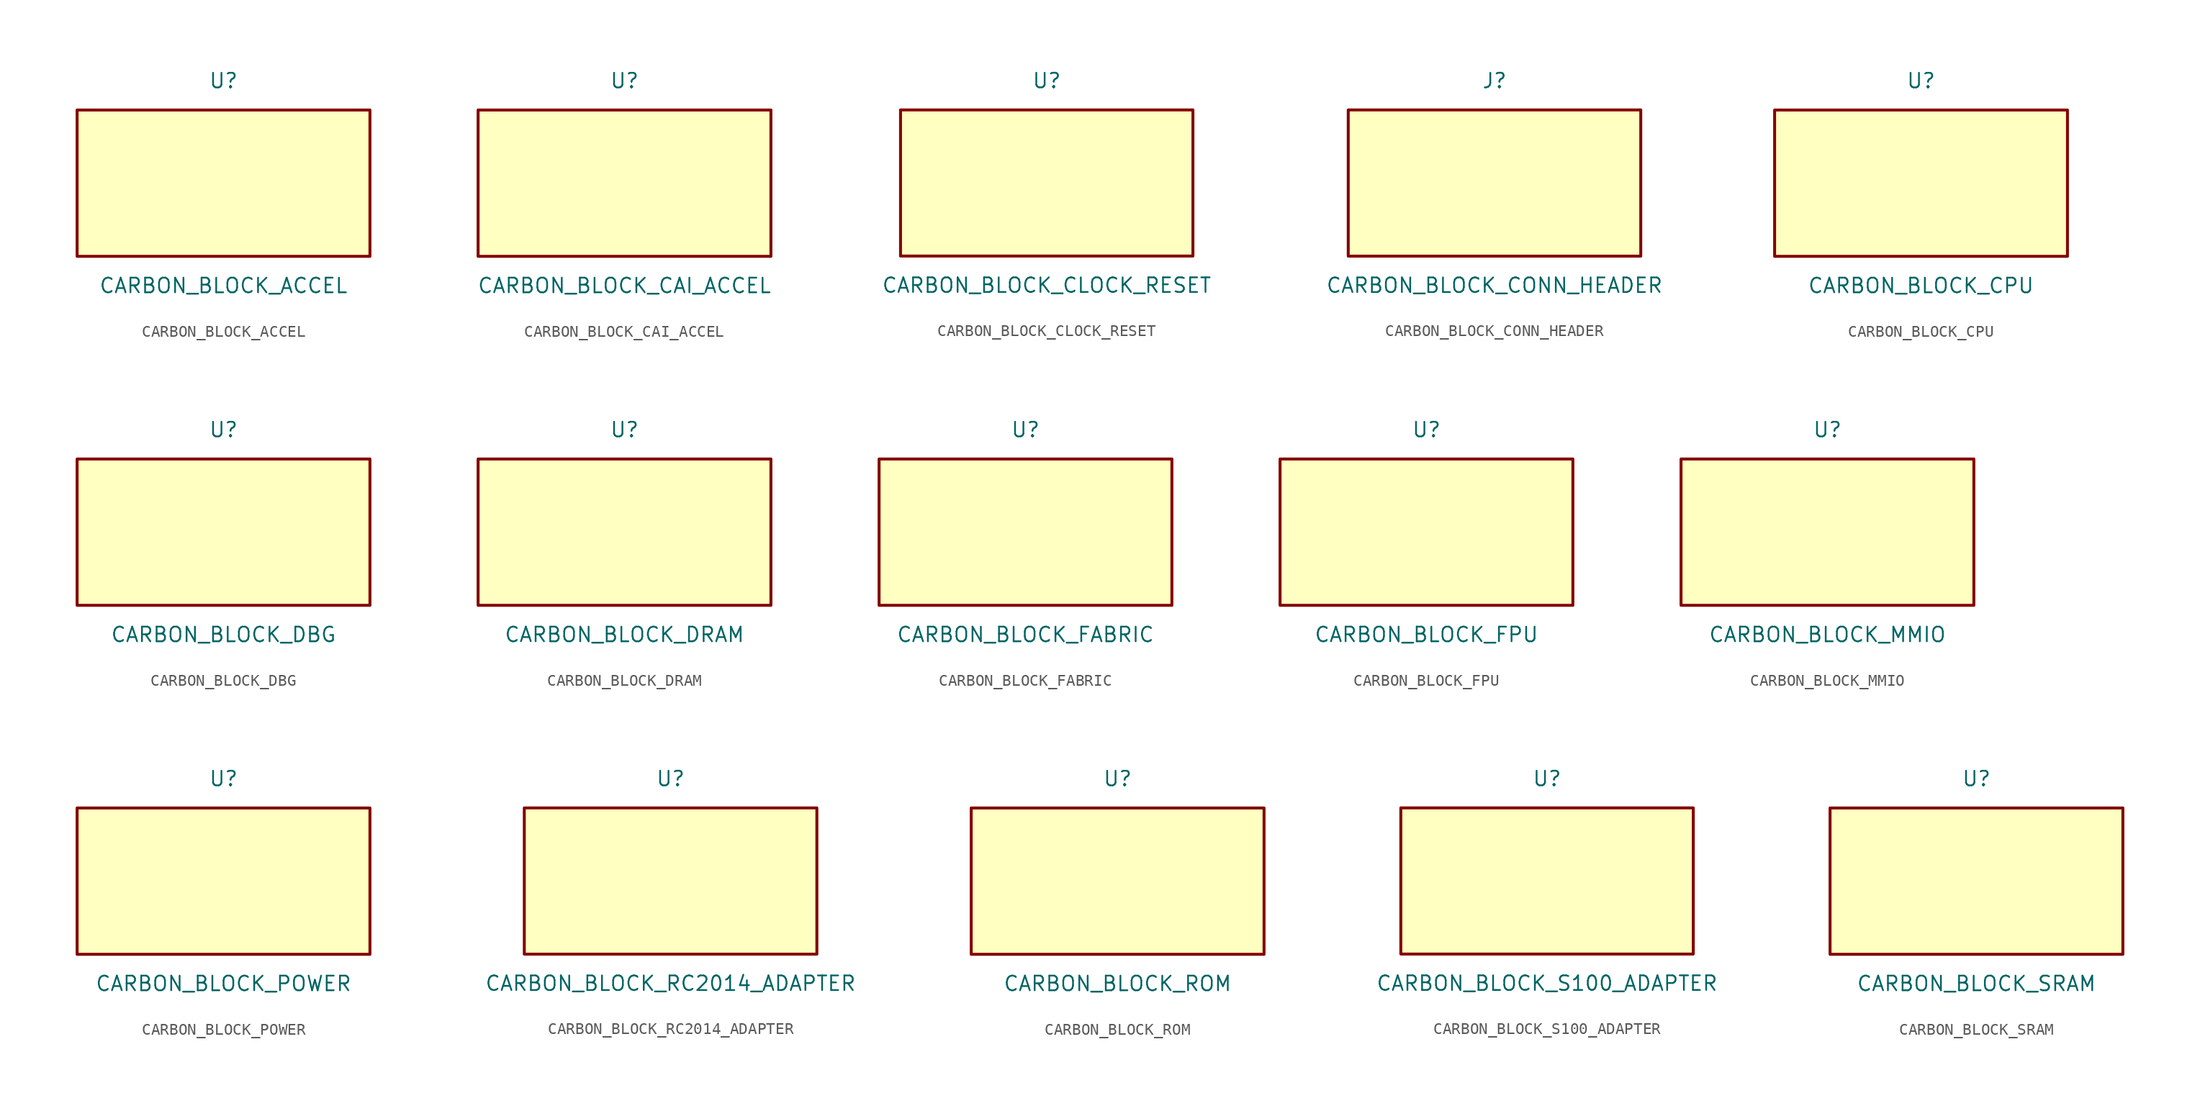
<source format=kicad_sym>
(kicad_symbol_lib
  (version 20220914)
  (generator kicadgen)
  (symbol "CARBON_BLOCK_ACCEL"
    (pin_names
      (offset 1.016))
    (property "Reference" "U"
      (at 0 8.89 0)
      (effects (font (size 1.27 1.27))))
    (property "Value" "CARBON_BLOCK_ACCEL"
      (at 0 -8.89 0)
      (effects (font (size 1.27 1.27))))
    (symbol "CARBON_BLOCK_ACCEL_1_1"
      (rectangle (start -12.7 6.35) (end 12.7 -6.35) (stroke (width 0.254) (type default)) (fill (type background)))))
  (symbol "CARBON_BLOCK_CAI_ACCEL"
    (pin_names
      (offset 1.016))
    (property "Reference" "U"
      (at 0 8.89 0)
      (effects (font (size 1.27 1.27))))
    (property "Value" "CARBON_BLOCK_CAI_ACCEL"
      (at 0 -8.89 0)
      (effects (font (size 1.27 1.27))))
    (symbol "CARBON_BLOCK_CAI_ACCEL_1_1"
      (rectangle (start -12.7 6.35) (end 12.7 -6.35) (stroke (width 0.254) (type default)) (fill (type background)))))
  (symbol "CARBON_BLOCK_CLOCK_RESET"
    (pin_names
      (offset 1.016))
    (property "Reference" "U"
      (at 0 8.89 0)
      (effects (font (size 1.27 1.27))))
    (property "Value" "CARBON_BLOCK_CLOCK_RESET"
      (at 0 -8.89 0)
      (effects (font (size 1.27 1.27))))
    (symbol "CARBON_BLOCK_CLOCK_RESET_1_1"
      (rectangle (start -12.7 6.35) (end 12.7 -6.35) (stroke (width 0.254) (type default)) (fill (type background)))))
  (symbol "CARBON_BLOCK_CONN_HEADER"
    (pin_names
      (offset 1.016))
    (property "Reference" "J"
      (at 0 8.89 0)
      (effects (font (size 1.27 1.27))))
    (property "Value" "CARBON_BLOCK_CONN_HEADER"
      (at 0 -8.89 0)
      (effects (font (size 1.27 1.27))))
    (symbol "CARBON_BLOCK_CONN_HEADER_1_1"
      (rectangle (start -12.7 6.35) (end 12.7 -6.35) (stroke (width 0.254) (type default)) (fill (type background)))))
  (symbol "CARBON_BLOCK_CPU"
    (pin_names
      (offset 1.016))
    (property "Reference" "U"
      (at 0 8.89 0)
      (effects (font (size 1.27 1.27))))
    (property "Value" "CARBON_BLOCK_CPU"
      (at 0 -8.89 0)
      (effects (font (size 1.27 1.27))))
    (symbol "CARBON_BLOCK_CPU_1_1"
      (rectangle (start -12.7 6.35) (end 12.7 -6.35) (stroke (width 0.254) (type default)) (fill (type background)))))
  (symbol "CARBON_BLOCK_DBG"
    (pin_names
      (offset 1.016))
    (property "Reference" "U"
      (at 0 8.89 0)
      (effects (font (size 1.27 1.27))))
    (property "Value" "CARBON_BLOCK_DBG"
      (at 0 -8.89 0)
      (effects (font (size 1.27 1.27))))
    (symbol "CARBON_BLOCK_DBG_1_1"
      (rectangle (start -12.7 6.35) (end 12.7 -6.35) (stroke (width 0.254) (type default)) (fill (type background)))))
  (symbol "CARBON_BLOCK_DRAM"
    (pin_names
      (offset 1.016))
    (property "Reference" "U"
      (at 0 8.89 0)
      (effects (font (size 1.27 1.27))))
    (property "Value" "CARBON_BLOCK_DRAM"
      (at 0 -8.89 0)
      (effects (font (size 1.27 1.27))))
    (symbol "CARBON_BLOCK_DRAM_1_1"
      (rectangle (start -12.7 6.35) (end 12.7 -6.35) (stroke (width 0.254) (type default)) (fill (type background)))))
  (symbol "CARBON_BLOCK_FABRIC"
    (pin_names
      (offset 1.016))
    (property "Reference" "U"
      (at 0 8.89 0)
      (effects (font (size 1.27 1.27))))
    (property "Value" "CARBON_BLOCK_FABRIC"
      (at 0 -8.89 0)
      (effects (font (size 1.27 1.27))))
    (symbol "CARBON_BLOCK_FABRIC_1_1"
      (rectangle (start -12.7 6.35) (end 12.7 -6.35) (stroke (width 0.254) (type default)) (fill (type background)))))
  (symbol "CARBON_BLOCK_FPU"
    (pin_names
      (offset 1.016))
    (property "Reference" "U"
      (at 0 8.89 0)
      (effects (font (size 1.27 1.27))))
    (property "Value" "CARBON_BLOCK_FPU"
      (at 0 -8.89 0)
      (effects (font (size 1.27 1.27))))
    (symbol "CARBON_BLOCK_FPU_1_1"
      (rectangle (start -12.7 6.35) (end 12.7 -6.35) (stroke (width 0.254) (type default)) (fill (type background)))))
  (symbol "CARBON_BLOCK_MMIO"
    (pin_names
      (offset 1.016))
    (property "Reference" "U"
      (at 0 8.89 0)
      (effects (font (size 1.27 1.27))))
    (property "Value" "CARBON_BLOCK_MMIO"
      (at 0 -8.89 0)
      (effects (font (size 1.27 1.27))))
    (symbol "CARBON_BLOCK_MMIO_1_1"
      (rectangle (start -12.7 6.35) (end 12.7 -6.35) (stroke (width 0.254) (type default)) (fill (type background)))))
  (symbol "CARBON_BLOCK_POWER"
    (pin_names
      (offset 1.016))
    (property "Reference" "U"
      (at 0 8.89 0)
      (effects (font (size 1.27 1.27))))
    (property "Value" "CARBON_BLOCK_POWER"
      (at 0 -8.89 0)
      (effects (font (size 1.27 1.27))))
    (symbol "CARBON_BLOCK_POWER_1_1"
      (rectangle (start -12.7 6.35) (end 12.7 -6.35) (stroke (width 0.254) (type default)) (fill (type background)))))
  (symbol "CARBON_BLOCK_RC2014_ADAPTER"
    (pin_names
      (offset 1.016))
    (property "Reference" "U"
      (at 0 8.89 0)
      (effects (font (size 1.27 1.27))))
    (property "Value" "CARBON_BLOCK_RC2014_ADAPTER"
      (at 0 -8.89 0)
      (effects (font (size 1.27 1.27))))
    (symbol "CARBON_BLOCK_RC2014_ADAPTER_1_1"
      (rectangle (start -12.7 6.35) (end 12.7 -6.35) (stroke (width 0.254) (type default)) (fill (type background)))))
  (symbol "CARBON_BLOCK_ROM"
    (pin_names
      (offset 1.016))
    (property "Reference" "U"
      (at 0 8.89 0)
      (effects (font (size 1.27 1.27))))
    (property "Value" "CARBON_BLOCK_ROM"
      (at 0 -8.89 0)
      (effects (font (size 1.27 1.27))))
    (symbol "CARBON_BLOCK_ROM_1_1"
      (rectangle (start -12.7 6.35) (end 12.7 -6.35) (stroke (width 0.254) (type default)) (fill (type background)))))
  (symbol "CARBON_BLOCK_S100_ADAPTER"
    (pin_names
      (offset 1.016))
    (property "Reference" "U"
      (at 0 8.89 0)
      (effects (font (size 1.27 1.27))))
    (property "Value" "CARBON_BLOCK_S100_ADAPTER"
      (at 0 -8.89 0)
      (effects (font (size 1.27 1.27))))
    (symbol "CARBON_BLOCK_S100_ADAPTER_1_1"
      (rectangle (start -12.7 6.35) (end 12.7 -6.35) (stroke (width 0.254) (type default)) (fill (type background)))))
  (symbol "CARBON_BLOCK_SRAM"
    (pin_names
      (offset 1.016))
    (property "Reference" "U"
      (at 0 8.89 0)
      (effects (font (size 1.27 1.27))))
    (property "Value" "CARBON_BLOCK_SRAM"
      (at 0 -8.89 0)
      (effects (font (size 1.27 1.27))))
    (symbol "CARBON_BLOCK_SRAM_1_1"
      (rectangle (start -12.7 6.35) (end 12.7 -6.35) (stroke (width 0.254) (type default)) (fill (type background))))))
</source>
